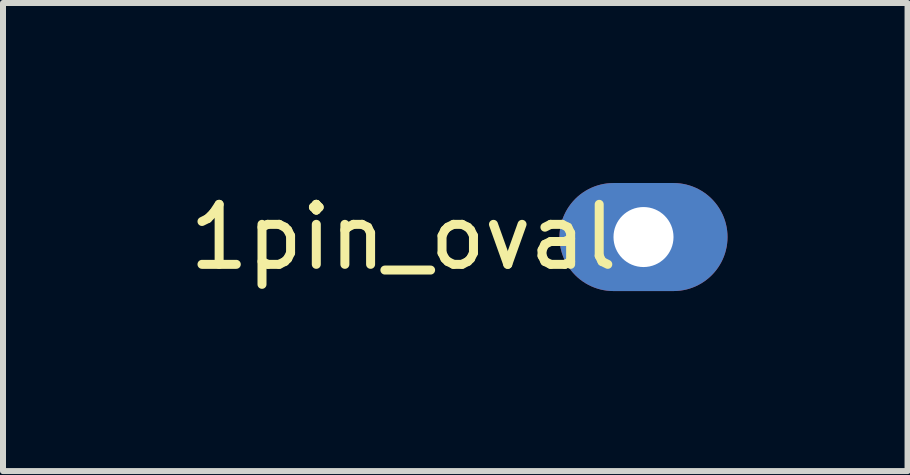
<source format=kicad_pcb>
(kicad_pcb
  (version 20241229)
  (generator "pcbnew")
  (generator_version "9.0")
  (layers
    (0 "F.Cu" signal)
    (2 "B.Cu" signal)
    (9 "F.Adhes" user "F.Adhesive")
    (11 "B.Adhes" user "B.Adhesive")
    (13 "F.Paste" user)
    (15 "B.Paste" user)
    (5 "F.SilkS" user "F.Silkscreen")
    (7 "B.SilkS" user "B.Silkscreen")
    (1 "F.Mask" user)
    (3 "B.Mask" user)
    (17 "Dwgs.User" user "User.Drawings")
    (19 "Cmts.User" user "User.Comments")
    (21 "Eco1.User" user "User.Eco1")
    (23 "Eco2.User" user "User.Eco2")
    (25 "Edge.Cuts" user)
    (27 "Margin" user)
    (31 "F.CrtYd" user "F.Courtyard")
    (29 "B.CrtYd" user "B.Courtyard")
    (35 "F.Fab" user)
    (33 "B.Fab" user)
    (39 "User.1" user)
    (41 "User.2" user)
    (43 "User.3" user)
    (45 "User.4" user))
  (footprint "1pin_oval"
    (layer "F.Cu")
    (at 7.673 0.9)
    (property "Reference" "1pin_oval" (at -4 0 0) (layer "F.SilkS") (effects (font (size 1 1) (thickness 0.15))))
    (attr through_hole)
    (pad "1" thru_hole oval (at 0 0) (size 2.8 1.8) (drill 1) (layers "*.Cu" "*.Mask")))
  (gr_rect
    (start -3 -3)
    (end 12.073 4.8)
    (stroke (width 0.1) (type default))
    (fill no)
    (layer "Edge.Cuts")))
</source>
